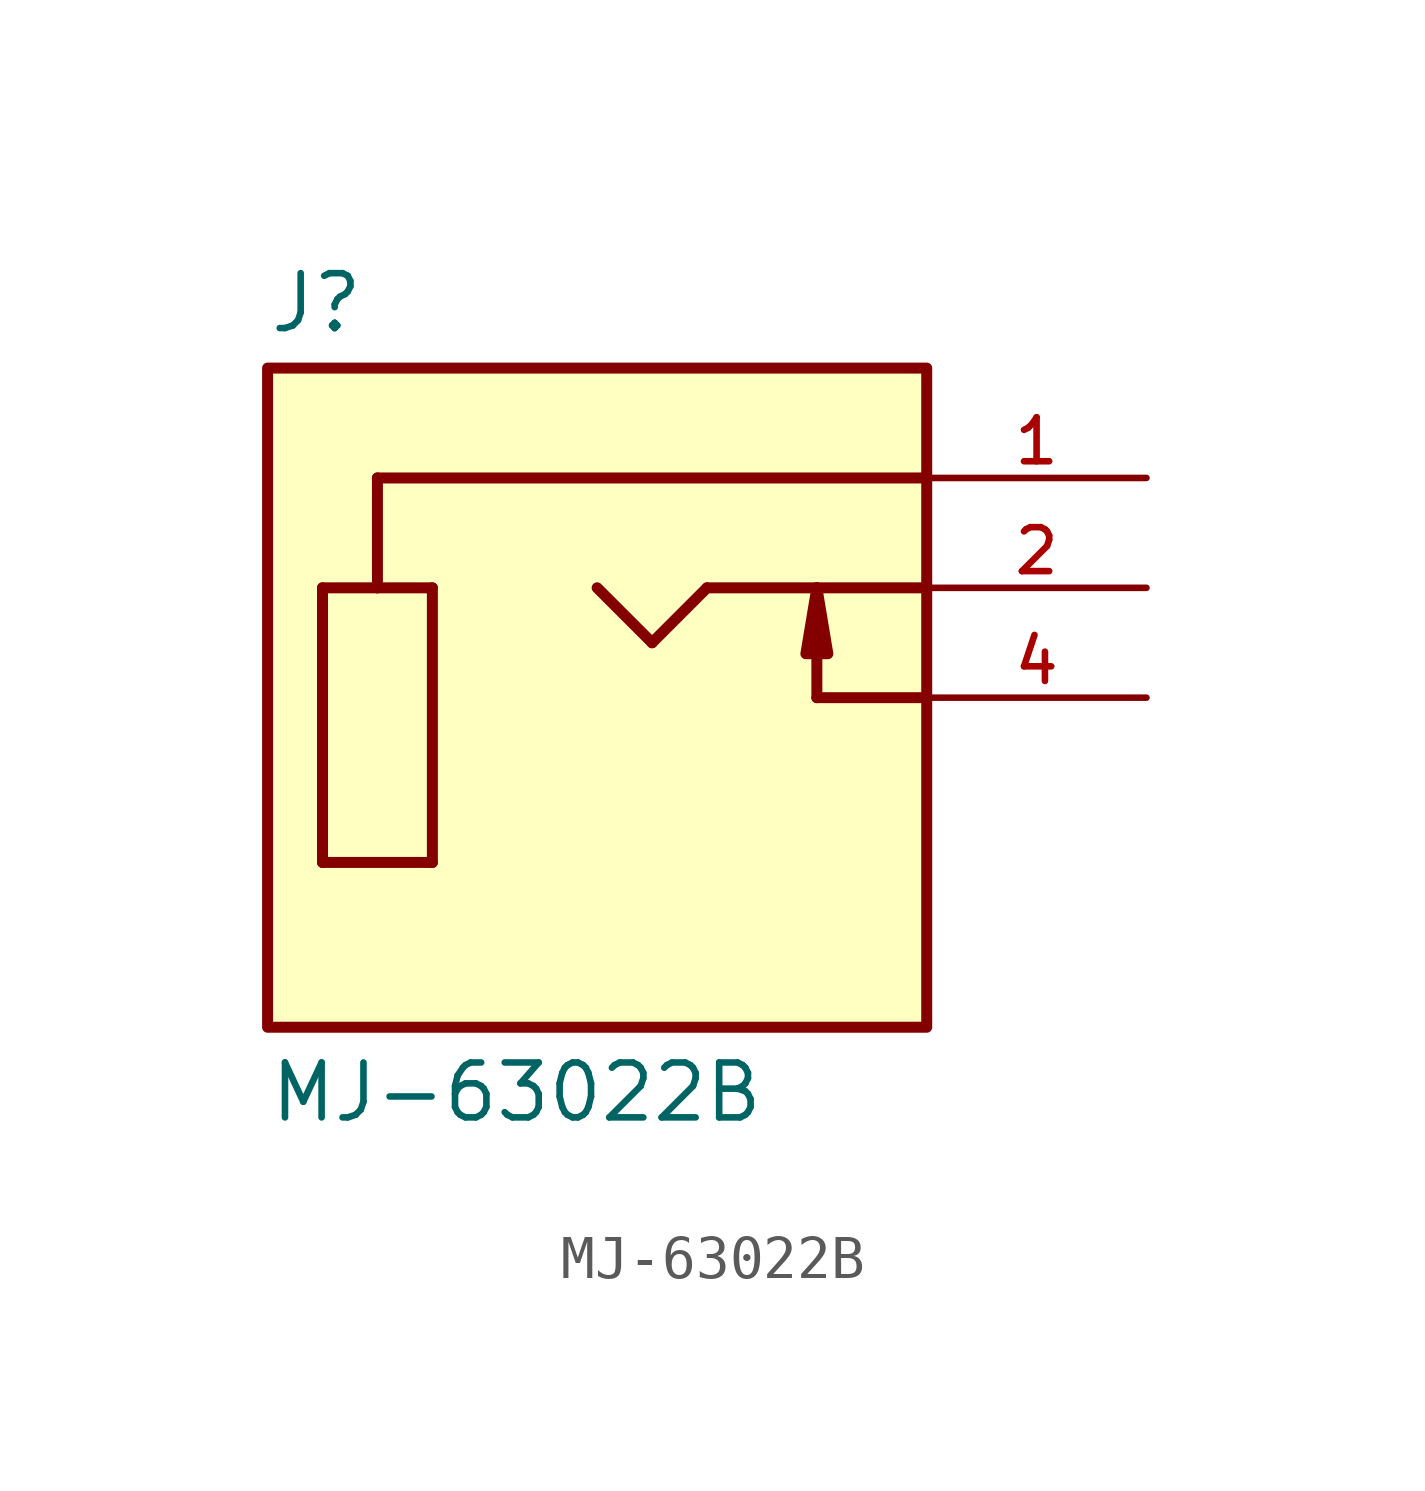
<source format=kicad_sym>
(kicad_symbol_lib
  (version 20211014)
  (generator kicad_symbol_editor)
  (symbol "MJ-63022B"
    (pin_names
      (offset 1.016))
    (property "Reference" "J"
      (at -7.62 8.382 0)
      (effects (font (size 1.27 1.27)) (justify bottom left)))
    (property "Value" "MJ-63022B"
      (at -7.62 -8.382 0)
      (effects (font (size 1.27 1.27)) (justify top left)))
    (symbol "MJ-63022B_0_0"
      (polyline (pts (xy -6.35 2.54) (xy -5.08 2.54)) (stroke (width 0.254)))
      (polyline (pts (xy -5.08 2.54) (xy -3.81 2.54)) (stroke (width 0.254)))
      (polyline (pts (xy -3.81 2.54) (xy -3.81 -3.81)) (stroke (width 0.254)))
      (polyline (pts (xy -3.81 -3.81) (xy -6.35 -3.81)) (stroke (width 0.254)))
      (polyline (pts (xy -6.35 -3.81) (xy -6.35 2.54)) (stroke (width 0.254)))
      (polyline (pts (xy -5.08 2.54) (xy -5.08 5.08)) (stroke (width 0.254)))
      (polyline (pts (xy -5.08 5.08) (xy 7.62 5.08)) (stroke (width 0.254)))
      (polyline (pts (xy 0.0 2.54) (xy 1.27 1.27)) (stroke (width 0.254)))
      (polyline (pts (xy 1.27 1.27) (xy 2.54 2.54)) (stroke (width 0.254)))
      (polyline (pts (xy 2.54 2.54) (xy 5.08 2.54)) (stroke (width 0.254)))
      (polyline (pts (xy 5.08 2.54) (xy 7.62 2.54)) (stroke (width 0.254)))
      (polyline (pts (xy 5.08 0.0) (xy 7.62 0.0)) (stroke (width 0.254)))
      (polyline (pts (xy 5.08 0.0) (xy 5.08 2.54)) (stroke (width 0.254)))
      (polyline (pts (xy 5.08 2.54) (xy 4.826 1.016) (xy 5.334 1.016) (xy 5.08 2.54)) (stroke (width 0.254)) (fill (type outline)))
      (rectangle (start -7.62 -7.62) (end 7.62 7.62) (stroke (width 0.254)) (fill (type background)))
      (pin passive line (at 12.7 5.08 180.0) (length 5.08) (name "~" (effects (font (size 1.016 1.016)))) (number "1" (effects (font (size 1.016 1.016)))))
      (pin passive line (at 12.7 2.54 180.0) (length 5.08) (name "~" (effects (font (size 1.016 1.016)))) (number "2" (effects (font (size 1.016 1.016)))))
      (pin passive line (at 12.7 0.0 180.0) (length 5.08) (name "~" (effects (font (size 1.016 1.016)))) (number "4" (effects (font (size 1.016 1.016))))))))
</source>
